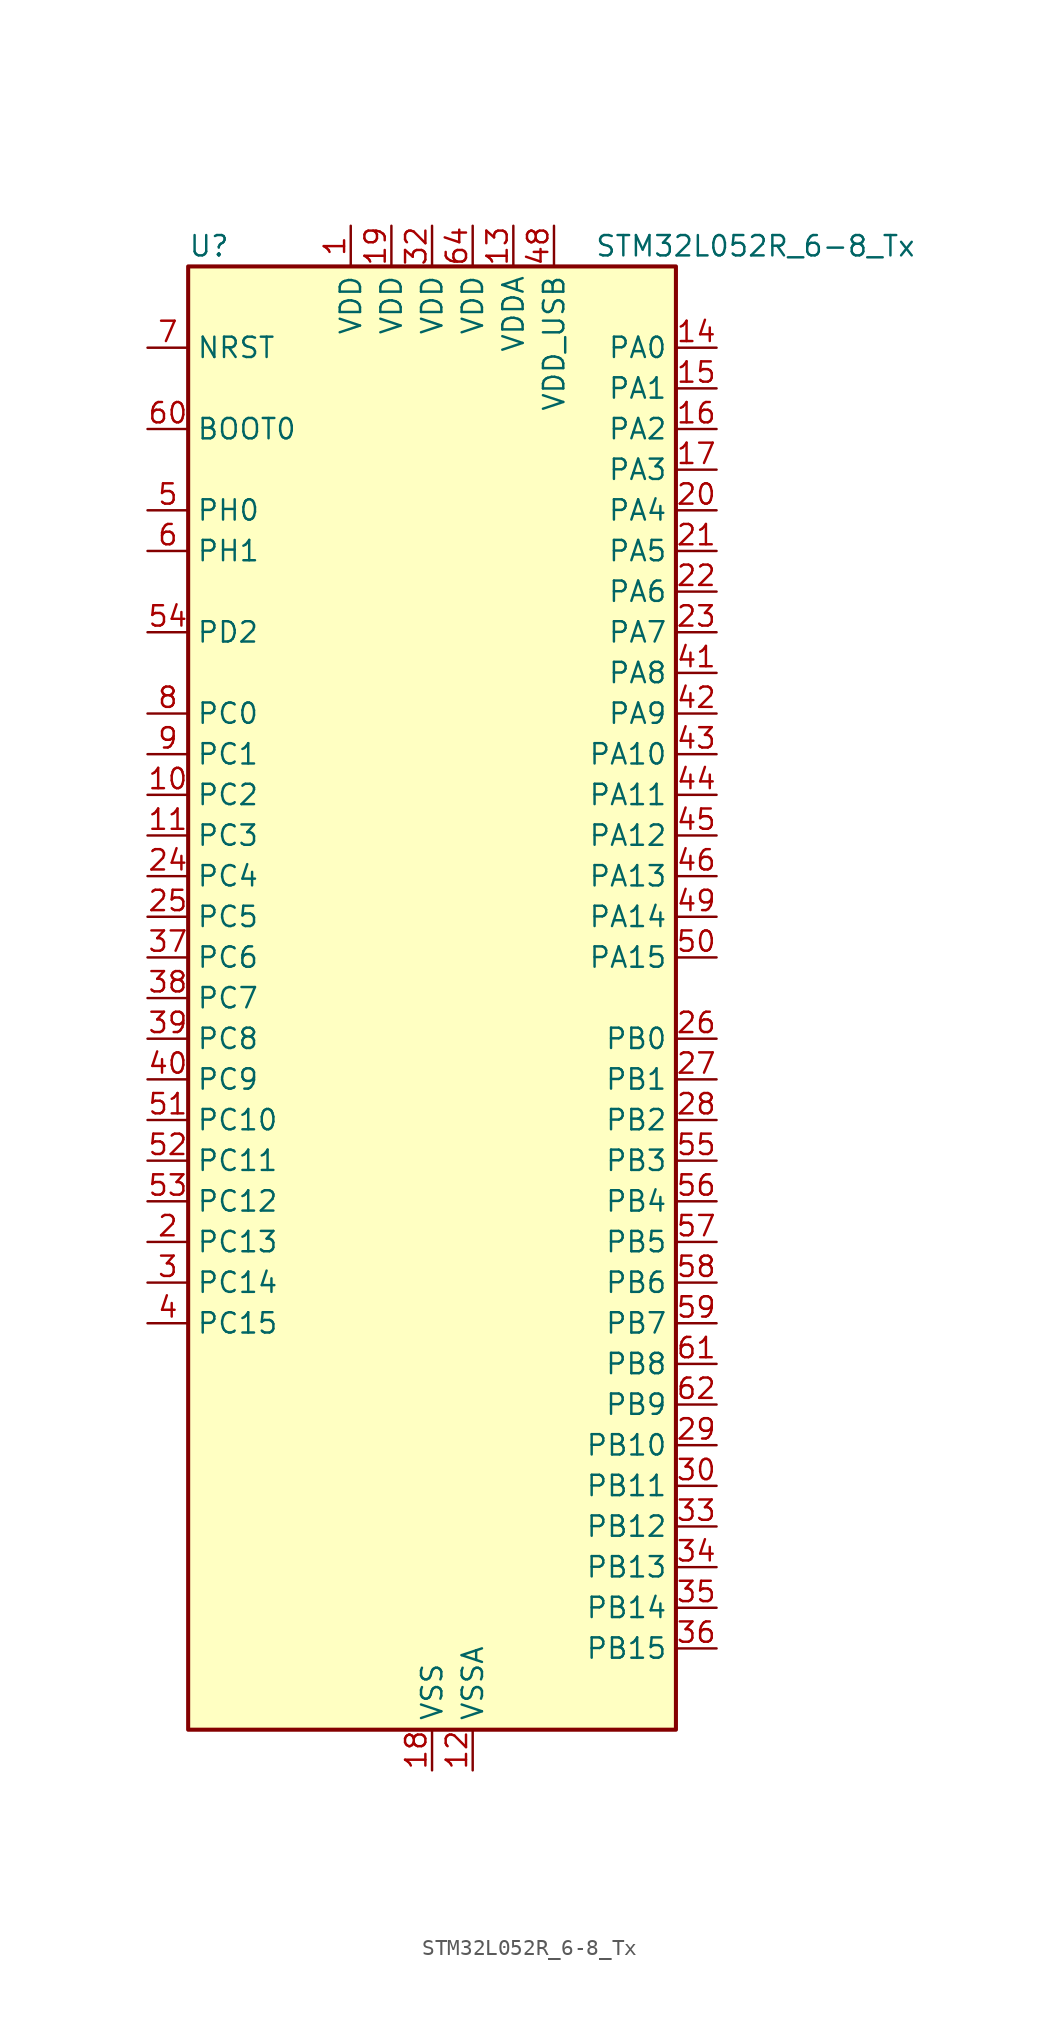
<source format=kicad_sym>
(kicad_symbol_lib
  (version 20241209)
  (generator "kicad_symbol_editor")
  (generator_version "9.0")
  (symbol "STM32L052R_6-8_Tx"
    (property "Reference" "U"
      (at -15.24 46.99 0)
      (effects (font (size 1.27 1.27)) (justify left)))
    (property "Value" "STM32L052R_6-8_Tx"
      (at 10.16 46.99 0)
      (effects (font (size 1.27 1.27)) (justify left)))
    (symbol "STM32L052R_6-8_Tx_0_1"
      (rectangle (start -15.24 -45.72) (end 15.24 45.72) (stroke (width 0.254) (type default)) (fill (type background))))
    (symbol "STM32L052R_6-8_Tx_1_1"
      (pin input line (at -17.78 40.64 0) (length 2.54) (name "NRST" (effects (font (size 1.27 1.27)))) (number "7" (effects (font (size 1.27 1.27)))))
      (pin input line (at -17.78 35.56 0) (length 2.54) (name "BOOT0" (effects (font (size 1.27 1.27)))) (number "60" (effects (font (size 1.27 1.27)))))
      (pin bidirectional line (at -17.78 30.48 0) (length 2.54) (name "PH0" (effects (font (size 1.27 1.27)))) (number "5" (effects (font (size 1.27 1.27)))) (alternate "CRS_SYNC" bidirectional line) (alternate "RCC_OSC_IN" bidirectional line))
      (pin bidirectional line (at -17.78 27.94 0) (length 2.54) (name "PH1" (effects (font (size 1.27 1.27)))) (number "6" (effects (font (size 1.27 1.27)))) (alternate "RCC_OSC_OUT" bidirectional line))
      (pin bidirectional line (at -17.78 22.86 0) (length 2.54) (name "PD2" (effects (font (size 1.27 1.27)))) (number "54" (effects (font (size 1.27 1.27)))) (alternate "LPUART1_DE" bidirectional line) (alternate "LPUART1_RTS" bidirectional line))
      (pin bidirectional line (at -17.78 17.78 0) (length 2.54) (name "PC0" (effects (font (size 1.27 1.27)))) (number "8" (effects (font (size 1.27 1.27)))) (alternate "ADC_IN10" bidirectional line) (alternate "LPTIM1_IN1" bidirectional line) (alternate "TSC_G7_IO1" bidirectional line))
      (pin bidirectional line (at -17.78 15.24 0) (length 2.54) (name "PC1" (effects (font (size 1.27 1.27)))) (number "9" (effects (font (size 1.27 1.27)))) (alternate "ADC_IN11" bidirectional line) (alternate "LPTIM1_OUT" bidirectional line) (alternate "TSC_G7_IO2" bidirectional line))
      (pin bidirectional line (at -17.78 12.7 0) (length 2.54) (name "PC2" (effects (font (size 1.27 1.27)))) (number "10" (effects (font (size 1.27 1.27)))) (alternate "ADC_IN12" bidirectional line) (alternate "I2S2_MCK" bidirectional line) (alternate "LPTIM1_IN2" bidirectional line) (alternate "SPI2_MISO" bidirectional line) (alternate "TSC_G7_IO3" bidirectional line))
      (pin bidirectional line (at -17.78 10.16 0) (length 2.54) (name "PC3" (effects (font (size 1.27 1.27)))) (number "11" (effects (font (size 1.27 1.27)))) (alternate "ADC_IN13" bidirectional line) (alternate "I2S2_SD" bidirectional line) (alternate "LPTIM1_ETR" bidirectional line) (alternate "SPI2_MOSI" bidirectional line) (alternate "TSC_G7_IO4" bidirectional line))
      (pin bidirectional line (at -17.78 7.62 0) (length 2.54) (name "PC4" (effects (font (size 1.27 1.27)))) (number "24" (effects (font (size 1.27 1.27)))) (alternate "ADC_IN14" bidirectional line) (alternate "LPUART1_TX" bidirectional line))
      (pin bidirectional line (at -17.78 5.08 0) (length 2.54) (name "PC5" (effects (font (size 1.27 1.27)))) (number "25" (effects (font (size 1.27 1.27)))) (alternate "ADC_IN15" bidirectional line) (alternate "LPUART1_RX" bidirectional line) (alternate "TSC_G3_IO1" bidirectional line))
      (pin bidirectional line (at -17.78 2.54 0) (length 2.54) (name "PC6" (effects (font (size 1.27 1.27)))) (number "37" (effects (font (size 1.27 1.27)))) (alternate "TIM22_CH1" bidirectional line) (alternate "TSC_G8_IO1" bidirectional line))
      (pin bidirectional line (at -17.78 0 0) (length 2.54) (name "PC7" (effects (font (size 1.27 1.27)))) (number "38" (effects (font (size 1.27 1.27)))) (alternate "TIM22_CH2" bidirectional line) (alternate "TSC_G8_IO2" bidirectional line))
      (pin bidirectional line (at -17.78 -2.54 0) (length 2.54) (name "PC8" (effects (font (size 1.27 1.27)))) (number "39" (effects (font (size 1.27 1.27)))) (alternate "TIM22_ETR" bidirectional line) (alternate "TSC_G8_IO3" bidirectional line))
      (pin bidirectional line (at -17.78 -5.08 0) (length 2.54) (name "PC9" (effects (font (size 1.27 1.27)))) (number "40" (effects (font (size 1.27 1.27)))) (alternate "DAC_EXTI9" bidirectional line) (alternate "TIM21_ETR" bidirectional line) (alternate "TSC_G8_IO4" bidirectional line) (alternate "USB_NOE" bidirectional line))
      (pin bidirectional line (at -17.78 -7.62 0) (length 2.54) (name "PC10" (effects (font (size 1.27 1.27)))) (number "51" (effects (font (size 1.27 1.27)))) (alternate "LPUART1_TX" bidirectional line))
      (pin bidirectional line (at -17.78 -10.16 0) (length 2.54) (name "PC11" (effects (font (size 1.27 1.27)))) (number "52" (effects (font (size 1.27 1.27)))) (alternate "ADC_EXTI11" bidirectional line) (alternate "LPUART1_RX" bidirectional line))
      (pin bidirectional line (at -17.78 -12.7 0) (length 2.54) (name "PC12" (effects (font (size 1.27 1.27)))) (number "53" (effects (font (size 1.27 1.27)))))
      (pin bidirectional line (at -17.78 -15.24 0) (length 2.54) (name "PC13" (effects (font (size 1.27 1.27)))) (number "2" (effects (font (size 1.27 1.27)))) (alternate "RTC_OUT_ALARM" bidirectional line) (alternate "RTC_OUT_CALIB" bidirectional line) (alternate "RTC_TAMP1" bidirectional line) (alternate "RTC_TS" bidirectional line) (alternate "SYS_WKUP2" bidirectional line))
      (pin bidirectional line (at -17.78 -17.78 0) (length 2.54) (name "PC14" (effects (font (size 1.27 1.27)))) (number "3" (effects (font (size 1.27 1.27)))) (alternate "RCC_OSC32_IN" bidirectional line))
      (pin bidirectional line (at -17.78 -20.32 0) (length 2.54) (name "PC15" (effects (font (size 1.27 1.27)))) (number "4" (effects (font (size 1.27 1.27)))) (alternate "RCC_OSC32_OUT" bidirectional line))
      (pin power_in line (at -5.08 48.26 270) (length 2.54) (name "VDD" (effects (font (size 1.27 1.27)))) (number "1" (effects (font (size 1.27 1.27)))))
      (pin power_in line (at -2.54 48.26 270) (length 2.54) (name "VDD" (effects (font (size 1.27 1.27)))) (number "19" (effects (font (size 1.27 1.27)))))
      (pin power_in line (at 0 48.26 270) (length 2.54) (name "VDD" (effects (font (size 1.27 1.27)))) (number "32" (effects (font (size 1.27 1.27)))))
      (pin power_in line (at 0 -48.26 90) (length 2.54) (name "VSS" (effects (font (size 1.27 1.27)))) (number "18" (effects (font (size 1.27 1.27)))))
      (pin passive line (at 0 -48.26 90) (length 2.54) (hide yes) (name "VSS" (effects (font (size 1.27 1.27)))) (number "31" (effects (font (size 1.27 1.27)))))
      (pin passive line (at 0 -48.26 90) (length 2.54) (hide yes) (name "VSS" (effects (font (size 1.27 1.27)))) (number "47" (effects (font (size 1.27 1.27)))))
      (pin passive line (at 0 -48.26 90) (length 2.54) (hide yes) (name "VSS" (effects (font (size 1.27 1.27)))) (number "63" (effects (font (size 1.27 1.27)))))
      (pin power_in line (at 2.54 48.26 270) (length 2.54) (name "VDD" (effects (font (size 1.27 1.27)))) (number "64" (effects (font (size 1.27 1.27)))))
      (pin power_in line (at 2.54 -48.26 90) (length 2.54) (name "VSSA" (effects (font (size 1.27 1.27)))) (number "12" (effects (font (size 1.27 1.27)))))
      (pin power_in line (at 5.08 48.26 270) (length 2.54) (name "VDDA" (effects (font (size 1.27 1.27)))) (number "13" (effects (font (size 1.27 1.27)))))
      (pin power_in line (at 7.62 48.26 270) (length 2.54) (name "VDD_USB" (effects (font (size 1.27 1.27)))) (number "48" (effects (font (size 1.27 1.27)))))
      (pin bidirectional line (at 17.78 40.64 180) (length 2.54) (name "PA0" (effects (font (size 1.27 1.27)))) (number "14" (effects (font (size 1.27 1.27)))) (alternate "ADC_IN0" bidirectional line) (alternate "COMP1_INM" bidirectional line) (alternate "COMP1_OUT" bidirectional line) (alternate "RTC_TAMP2" bidirectional line) (alternate "SYS_WKUP1" bidirectional line) (alternate "TIM2_CH1" bidirectional line) (alternate "TIM2_ETR" bidirectional line) (alternate "TSC_G1_IO1" bidirectional line) (alternate "USART2_CTS" bidirectional line))
      (pin bidirectional line (at 17.78 38.1 180) (length 2.54) (name "PA1" (effects (font (size 1.27 1.27)))) (number "15" (effects (font (size 1.27 1.27)))) (alternate "ADC_IN1" bidirectional line) (alternate "COMP1_INP" bidirectional line) (alternate "TIM21_ETR" bidirectional line) (alternate "TIM2_CH2" bidirectional line) (alternate "TSC_G1_IO2" bidirectional line) (alternate "USART2_DE" bidirectional line) (alternate "USART2_RTS" bidirectional line))
      (pin bidirectional line (at 17.78 35.56 180) (length 2.54) (name "PA2" (effects (font (size 1.27 1.27)))) (number "16" (effects (font (size 1.27 1.27)))) (alternate "ADC_IN2" bidirectional line) (alternate "COMP2_INM" bidirectional line) (alternate "COMP2_OUT" bidirectional line) (alternate "TIM21_CH1" bidirectional line) (alternate "TIM2_CH3" bidirectional line) (alternate "TSC_G1_IO3" bidirectional line) (alternate "USART2_TX" bidirectional line))
      (pin bidirectional line (at 17.78 33.02 180) (length 2.54) (name "PA3" (effects (font (size 1.27 1.27)))) (number "17" (effects (font (size 1.27 1.27)))) (alternate "ADC_IN3" bidirectional line) (alternate "COMP2_INP" bidirectional line) (alternate "TIM21_CH2" bidirectional line) (alternate "TIM2_CH4" bidirectional line) (alternate "TSC_G1_IO4" bidirectional line) (alternate "USART2_RX" bidirectional line))
      (pin bidirectional line (at 17.78 30.48 180) (length 2.54) (name "PA4" (effects (font (size 1.27 1.27)))) (number "20" (effects (font (size 1.27 1.27)))) (alternate "ADC_IN4" bidirectional line) (alternate "COMP1_INM" bidirectional line) (alternate "COMP2_INM" bidirectional line) (alternate "DAC_OUT1" bidirectional line) (alternate "SPI1_NSS" bidirectional line) (alternate "TIM22_ETR" bidirectional line) (alternate "TSC_G2_IO1" bidirectional line) (alternate "USART2_CK" bidirectional line))
      (pin bidirectional line (at 17.78 27.94 180) (length 2.54) (name "PA5" (effects (font (size 1.27 1.27)))) (number "21" (effects (font (size 1.27 1.27)))) (alternate "ADC_IN5" bidirectional line) (alternate "COMP1_INM" bidirectional line) (alternate "COMP2_INM" bidirectional line) (alternate "SPI1_SCK" bidirectional line) (alternate "TIM2_CH1" bidirectional line) (alternate "TIM2_ETR" bidirectional line) (alternate "TSC_G2_IO2" bidirectional line))
      (pin bidirectional line (at 17.78 25.4 180) (length 2.54) (name "PA6" (effects (font (size 1.27 1.27)))) (number "22" (effects (font (size 1.27 1.27)))) (alternate "ADC_IN6" bidirectional line) (alternate "COMP1_OUT" bidirectional line) (alternate "LPUART1_CTS" bidirectional line) (alternate "SPI1_MISO" bidirectional line) (alternate "TIM22_CH1" bidirectional line) (alternate "TSC_G2_IO3" bidirectional line))
      (pin bidirectional line (at 17.78 22.86 180) (length 2.54) (name "PA7" (effects (font (size 1.27 1.27)))) (number "23" (effects (font (size 1.27 1.27)))) (alternate "ADC_IN7" bidirectional line) (alternate "COMP2_OUT" bidirectional line) (alternate "SPI1_MOSI" bidirectional line) (alternate "TIM22_CH2" bidirectional line) (alternate "TSC_G2_IO4" bidirectional line))
      (pin bidirectional line (at 17.78 20.32 180) (length 2.54) (name "PA8" (effects (font (size 1.27 1.27)))) (number "41" (effects (font (size 1.27 1.27)))) (alternate "CRS_SYNC" bidirectional line) (alternate "RCC_MCO" bidirectional line) (alternate "USART1_CK" bidirectional line))
      (pin bidirectional line (at 17.78 17.78 180) (length 2.54) (name "PA9" (effects (font (size 1.27 1.27)))) (number "42" (effects (font (size 1.27 1.27)))) (alternate "DAC_EXTI9" bidirectional line) (alternate "RCC_MCO" bidirectional line) (alternate "TSC_G4_IO1" bidirectional line) (alternate "USART1_TX" bidirectional line))
      (pin bidirectional line (at 17.78 15.24 180) (length 2.54) (name "PA10" (effects (font (size 1.27 1.27)))) (number "43" (effects (font (size 1.27 1.27)))) (alternate "TSC_G4_IO2" bidirectional line) (alternate "USART1_RX" bidirectional line))
      (pin bidirectional line (at 17.78 12.7 180) (length 2.54) (name "PA11" (effects (font (size 1.27 1.27)))) (number "44" (effects (font (size 1.27 1.27)))) (alternate "ADC_EXTI11" bidirectional line) (alternate "COMP1_OUT" bidirectional line) (alternate "SPI1_MISO" bidirectional line) (alternate "TSC_G4_IO3" bidirectional line) (alternate "USART1_CTS" bidirectional line) (alternate "USB_DM" bidirectional line))
      (pin bidirectional line (at 17.78 10.16 180) (length 2.54) (name "PA12" (effects (font (size 1.27 1.27)))) (number "45" (effects (font (size 1.27 1.27)))) (alternate "COMP2_OUT" bidirectional line) (alternate "SPI1_MOSI" bidirectional line) (alternate "TSC_G4_IO4" bidirectional line) (alternate "USART1_DE" bidirectional line) (alternate "USART1_RTS" bidirectional line) (alternate "USB_DP" bidirectional line))
      (pin bidirectional line (at 17.78 7.62 180) (length 2.54) (name "PA13" (effects (font (size 1.27 1.27)))) (number "46" (effects (font (size 1.27 1.27)))) (alternate "SYS_SWDIO" bidirectional line) (alternate "USB_NOE" bidirectional line))
      (pin bidirectional line (at 17.78 5.08 180) (length 2.54) (name "PA14" (effects (font (size 1.27 1.27)))) (number "49" (effects (font (size 1.27 1.27)))) (alternate "SYS_SWCLK" bidirectional line) (alternate "USART2_TX" bidirectional line))
      (pin bidirectional line (at 17.78 2.54 180) (length 2.54) (name "PA15" (effects (font (size 1.27 1.27)))) (number "50" (effects (font (size 1.27 1.27)))) (alternate "SPI1_NSS" bidirectional line) (alternate "TIM2_CH1" bidirectional line) (alternate "TIM2_ETR" bidirectional line) (alternate "USART2_RX" bidirectional line))
      (pin bidirectional line (at 17.78 -2.54 180) (length 2.54) (name "PB0" (effects (font (size 1.27 1.27)))) (number "26" (effects (font (size 1.27 1.27)))) (alternate "ADC_IN8" bidirectional line) (alternate "SYS_VREF_OUT_PB0" bidirectional line) (alternate "TSC_G3_IO2" bidirectional line))
      (pin bidirectional line (at 17.78 -5.08 180) (length 2.54) (name "PB1" (effects (font (size 1.27 1.27)))) (number "27" (effects (font (size 1.27 1.27)))) (alternate "ADC_IN9" bidirectional line) (alternate "LPUART1_DE" bidirectional line) (alternate "LPUART1_RTS" bidirectional line) (alternate "SYS_VREF_OUT_PB1" bidirectional line) (alternate "TSC_G3_IO3" bidirectional line))
      (pin bidirectional line (at 17.78 -7.62 180) (length 2.54) (name "PB2" (effects (font (size 1.27 1.27)))) (number "28" (effects (font (size 1.27 1.27)))) (alternate "LPTIM1_OUT" bidirectional line) (alternate "TSC_G3_IO4" bidirectional line))
      (pin bidirectional line (at 17.78 -10.16 180) (length 2.54) (name "PB3" (effects (font (size 1.27 1.27)))) (number "55" (effects (font (size 1.27 1.27)))) (alternate "COMP2_INM" bidirectional line) (alternate "SPI1_SCK" bidirectional line) (alternate "TIM2_CH2" bidirectional line) (alternate "TSC_G5_IO1" bidirectional line))
      (pin bidirectional line (at 17.78 -12.7 180) (length 2.54) (name "PB4" (effects (font (size 1.27 1.27)))) (number "56" (effects (font (size 1.27 1.27)))) (alternate "COMP2_INP" bidirectional line) (alternate "SPI1_MISO" bidirectional line) (alternate "TIM22_CH1" bidirectional line) (alternate "TSC_G5_IO2" bidirectional line))
      (pin bidirectional line (at 17.78 -15.24 180) (length 2.54) (name "PB5" (effects (font (size 1.27 1.27)))) (number "57" (effects (font (size 1.27 1.27)))) (alternate "COMP2_INP" bidirectional line) (alternate "I2C1_SMBA" bidirectional line) (alternate "LPTIM1_IN1" bidirectional line) (alternate "SPI1_MOSI" bidirectional line) (alternate "TIM22_CH2" bidirectional line))
      (pin bidirectional line (at 17.78 -17.78 180) (length 2.54) (name "PB6" (effects (font (size 1.27 1.27)))) (number "58" (effects (font (size 1.27 1.27)))) (alternate "COMP2_INP" bidirectional line) (alternate "I2C1_SCL" bidirectional line) (alternate "LPTIM1_ETR" bidirectional line) (alternate "TSC_G5_IO3" bidirectional line) (alternate "USART1_TX" bidirectional line))
      (pin bidirectional line (at 17.78 -20.32 180) (length 2.54) (name "PB7" (effects (font (size 1.27 1.27)))) (number "59" (effects (font (size 1.27 1.27)))) (alternate "COMP2_INP" bidirectional line) (alternate "I2C1_SDA" bidirectional line) (alternate "LPTIM1_IN2" bidirectional line) (alternate "SYS_PVD_IN" bidirectional line) (alternate "TSC_G5_IO4" bidirectional line) (alternate "USART1_RX" bidirectional line))
      (pin bidirectional line (at 17.78 -22.86 180) (length 2.54) (name "PB8" (effects (font (size 1.27 1.27)))) (number "61" (effects (font (size 1.27 1.27)))) (alternate "I2C1_SCL" bidirectional line) (alternate "TSC_SYNC" bidirectional line))
      (pin bidirectional line (at 17.78 -25.4 180) (length 2.54) (name "PB9" (effects (font (size 1.27 1.27)))) (number "62" (effects (font (size 1.27 1.27)))) (alternate "DAC_EXTI9" bidirectional line) (alternate "I2C1_SDA" bidirectional line) (alternate "I2S2_WS" bidirectional line) (alternate "SPI2_NSS" bidirectional line))
      (pin bidirectional line (at 17.78 -27.94 180) (length 2.54) (name "PB10" (effects (font (size 1.27 1.27)))) (number "29" (effects (font (size 1.27 1.27)))) (alternate "I2C2_SCL" bidirectional line) (alternate "LPUART1_TX" bidirectional line) (alternate "SPI2_SCK" bidirectional line) (alternate "TIM2_CH3" bidirectional line) (alternate "TSC_SYNC" bidirectional line))
      (pin bidirectional line (at 17.78 -30.48 180) (length 2.54) (name "PB11" (effects (font (size 1.27 1.27)))) (number "30" (effects (font (size 1.27 1.27)))) (alternate "ADC_EXTI11" bidirectional line) (alternate "I2C2_SDA" bidirectional line) (alternate "LPUART1_RX" bidirectional line) (alternate "TIM2_CH4" bidirectional line) (alternate "TSC_G6_IO1" bidirectional line))
      (pin bidirectional line (at 17.78 -33.02 180) (length 2.54) (name "PB12" (effects (font (size 1.27 1.27)))) (number "33" (effects (font (size 1.27 1.27)))) (alternate "I2S2_WS" bidirectional line) (alternate "LPUART1_DE" bidirectional line) (alternate "LPUART1_RTS" bidirectional line) (alternate "SPI2_NSS" bidirectional line) (alternate "TSC_G6_IO2" bidirectional line))
      (pin bidirectional line (at 17.78 -35.56 180) (length 2.54) (name "PB13" (effects (font (size 1.27 1.27)))) (number "34" (effects (font (size 1.27 1.27)))) (alternate "I2C2_SCL" bidirectional line) (alternate "I2S2_CK" bidirectional line) (alternate "LPUART1_CTS" bidirectional line) (alternate "SPI2_SCK" bidirectional line) (alternate "TIM21_CH1" bidirectional line) (alternate "TSC_G6_IO3" bidirectional line))
      (pin bidirectional line (at 17.78 -38.1 180) (length 2.54) (name "PB14" (effects (font (size 1.27 1.27)))) (number "35" (effects (font (size 1.27 1.27)))) (alternate "I2C2_SDA" bidirectional line) (alternate "I2S2_MCK" bidirectional line) (alternate "LPUART1_DE" bidirectional line) (alternate "LPUART1_RTS" bidirectional line) (alternate "RTC_OUT_ALARM" bidirectional line) (alternate "RTC_OUT_CALIB" bidirectional line) (alternate "SPI2_MISO" bidirectional line) (alternate "TIM21_CH2" bidirectional line) (alternate "TSC_G6_IO4" bidirectional line))
      (pin bidirectional line (at 17.78 -40.64 180) (length 2.54) (name "PB15" (effects (font (size 1.27 1.27)))) (number "36" (effects (font (size 1.27 1.27)))) (alternate "I2S2_SD" bidirectional line) (alternate "RTC_REFIN" bidirectional line) (alternate "SPI2_MOSI" bidirectional line)))))
</source>
